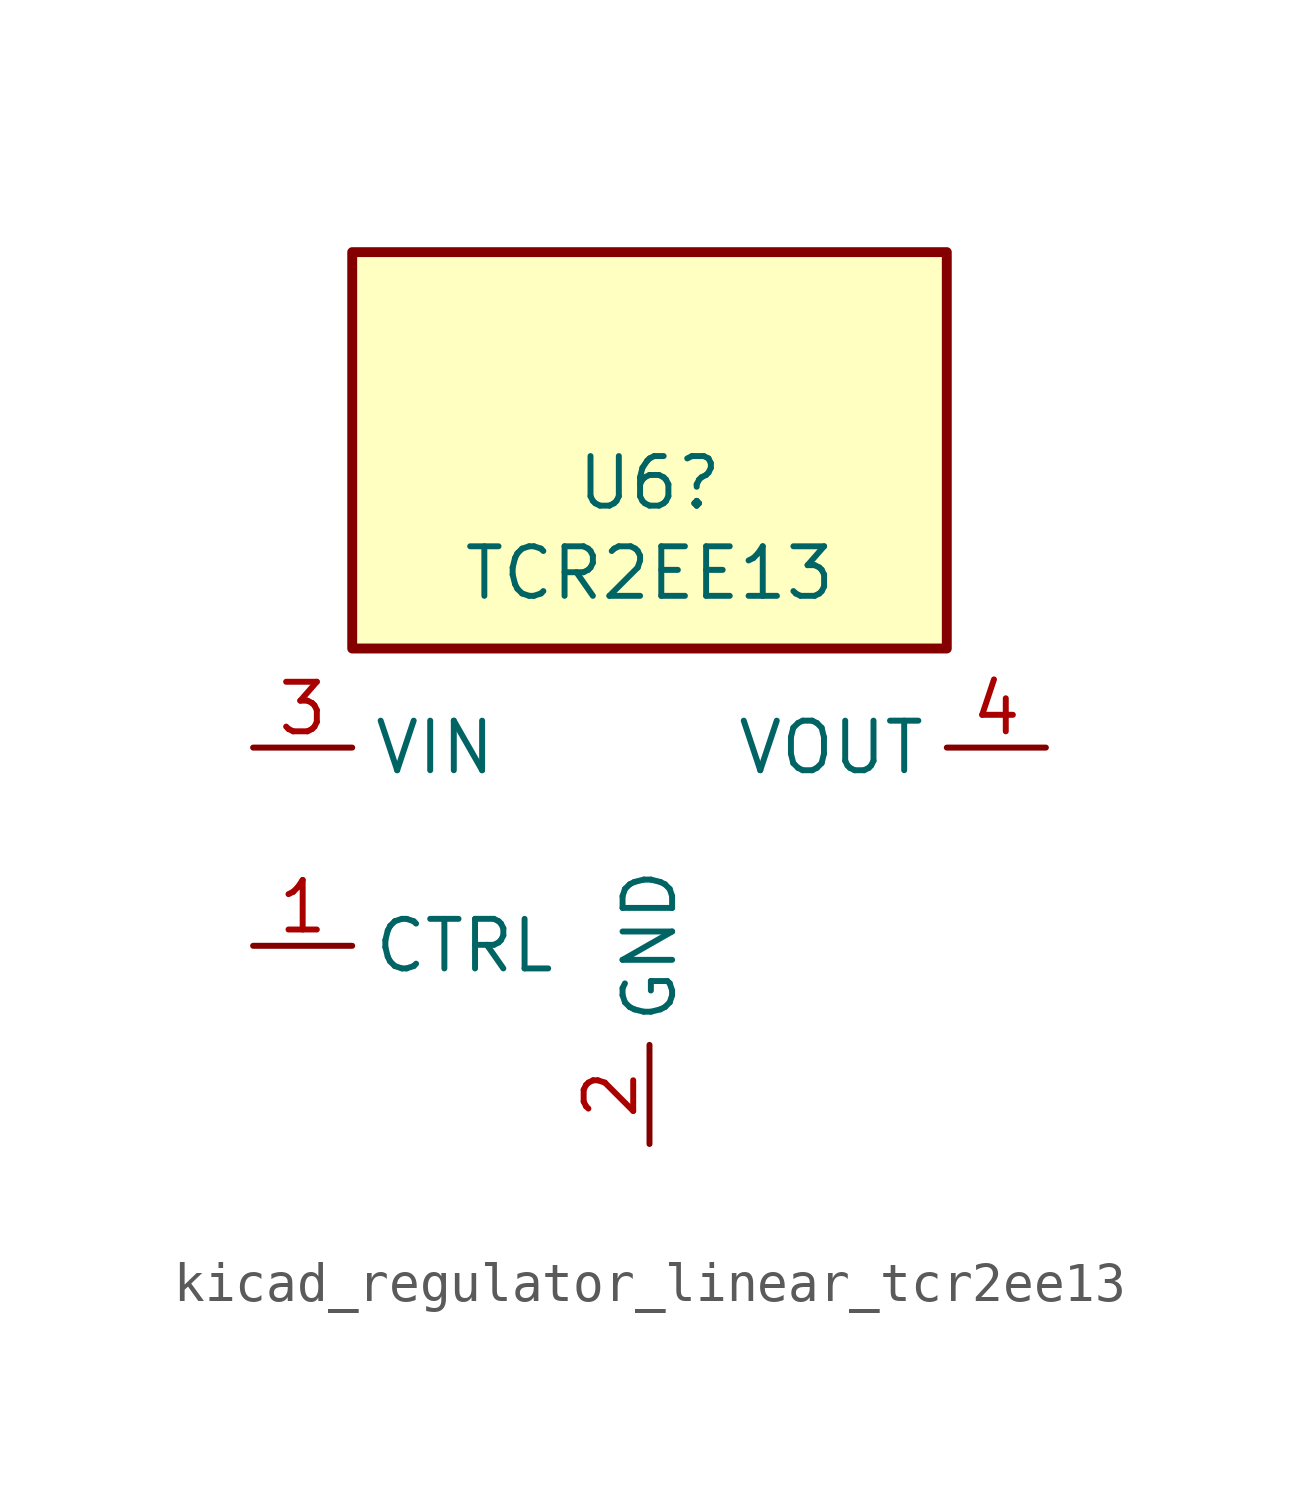
<source format=kicad_sym>
(kicad_symbol_lib
  (version 20220914)
  (generator kicad_symbol_editor)
  (symbol "kicad_regulator_linear_tcr2ee13"
    (property "Reference" "U6"
      (at 0 9.322 0)
      (effects (font (size 1.27 1.27))))
    (property "Value" "TCR2EE13"
      (at 0 7.01 0)
      (effects (font (size 1.27 1.27))))
    (symbol "kicad_regulator_linear_tcr2ee13_0_1"
      (rectangle (start 7.62 15.24) (end -7.62 5.08) (stroke (width 0.254) (type default)) (fill (type background))))
    (symbol "kicad_regulator_linear_tcr2ee13_1_1"
      (pin input line (at -10.16 -2.54 0) (length 2.54) (name "CTRL" (effects (font (size 1.27 1.27)))) (number "1" (effects (font (size 1.27 1.27)))))
      (pin power_in line (at 0 -7.62 90) (length 2.54) (name "GND" (effects (font (size 1.27 1.27)))) (number "2" (effects (font (size 1.27 1.27)))))
      (pin power_in line (at -10.16 2.54 0) (length 2.54) (name "VIN" (effects (font (size 1.27 1.27)))) (number "3" (effects (font (size 1.27 1.27)))))
      (pin power_out line (at 10.16 2.54 180) (length 2.54) (name "VOUT" (effects (font (size 1.27 1.27)))) (number "4" (effects (font (size 1.27 1.27)))))
      (pin no_connect line (at 7.62 -2.54 180) (length 2.54) hide (name "NC" (effects (font (size 1.27 1.27)))) (number "5" (effects (font (size 1.27 1.27))))))))
</source>
